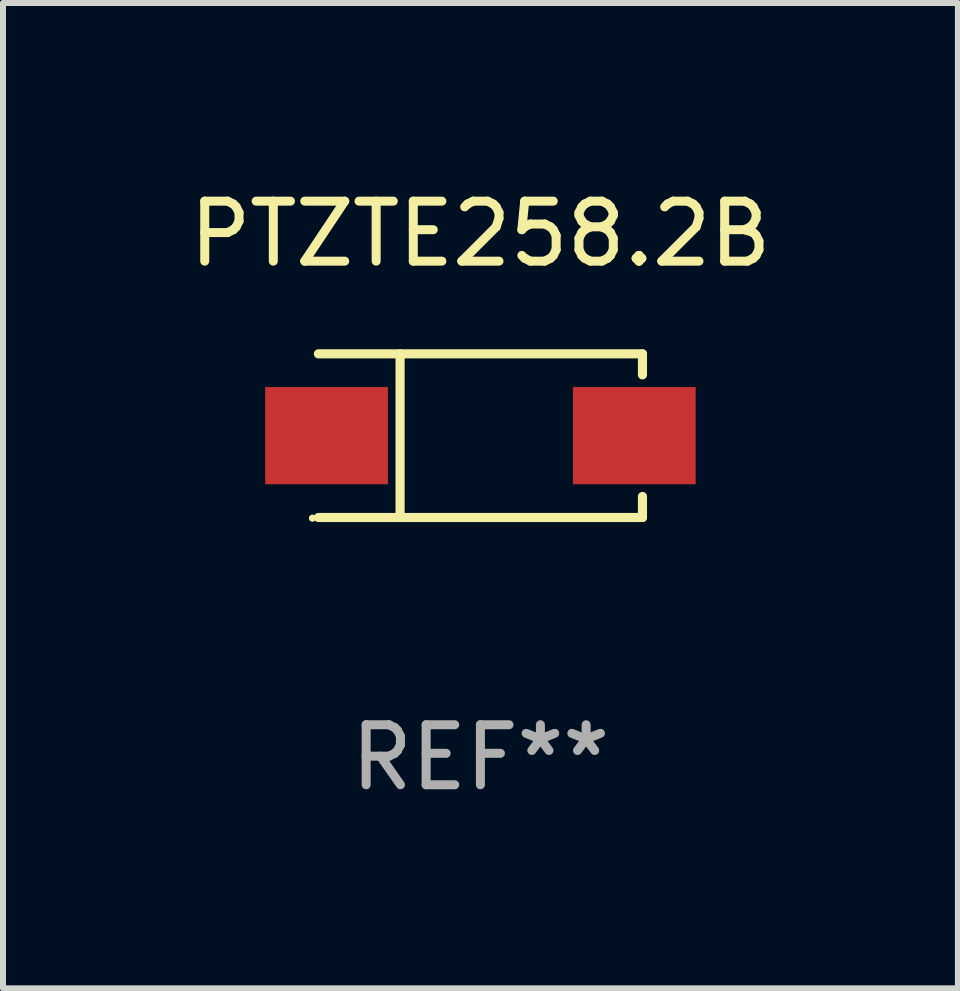
<source format=kicad_pcb>
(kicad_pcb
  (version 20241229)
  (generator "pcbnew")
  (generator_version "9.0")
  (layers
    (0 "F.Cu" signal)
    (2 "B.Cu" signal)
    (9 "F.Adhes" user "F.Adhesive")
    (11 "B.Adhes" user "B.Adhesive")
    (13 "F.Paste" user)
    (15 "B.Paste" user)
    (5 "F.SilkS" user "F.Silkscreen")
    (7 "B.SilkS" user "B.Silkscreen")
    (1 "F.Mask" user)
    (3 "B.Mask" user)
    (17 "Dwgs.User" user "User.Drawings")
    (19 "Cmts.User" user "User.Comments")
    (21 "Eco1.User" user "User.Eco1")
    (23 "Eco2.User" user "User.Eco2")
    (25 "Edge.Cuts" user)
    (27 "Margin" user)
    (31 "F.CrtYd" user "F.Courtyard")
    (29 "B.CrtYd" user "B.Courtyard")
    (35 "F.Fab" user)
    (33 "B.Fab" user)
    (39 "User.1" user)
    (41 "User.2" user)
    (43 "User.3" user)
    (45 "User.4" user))
  (footprint "PTZTE258.2B"
    (layer "F.Cu")
    (at 4.958 4.212)
    (property "Reference" "PTZTE258.2B" (at 0 -3.364 0) (layer "F.SilkS") (effects (font (size 1 1) (thickness 0.15))))
    (attr through_hole)
    (fp_line (start -2.701 -1.364) (end 2.701 -1.364) (stroke (width 0.152) (type solid)) (layer "F.SilkS"))
    (fp_line (start -2.701 1.364) (end 2.701 1.364) (stroke (width 0.152) (type solid)) (layer "F.SilkS"))
    (fp_line (start -1.339 -1.364) (end -1.339 1.364) (stroke (width 0.152) (type solid)) (layer "F.SilkS"))
    (fp_line (start 2.701 -1.364) (end 2.701 -1.013) (stroke (width 0.152) (type solid)) (layer "F.SilkS"))
    (fp_line (start 2.701 1.364) (end 2.701 1.013) (stroke (width 0.152) (type solid)) (layer "F.SilkS"))
    (fp_circle (center -2.8 1.375) (end -2.77 1.375) (stroke (width 0.06) (type solid)) (fill no) (layer "F.SilkS"))
    (fp_text user "REF**" (at 0 5.364 0) (layer "F.Fab") (effects (font (size 1 1) (thickness 0.15))))
    (pad "1" smd rect (at -2.565 -0.000025) (size 2.046 1.62) (layers "F.Cu" "F.Mask" "F.Paste"))
    (pad "2" smd rect (at 2.565 -0.000025) (size 2.046 1.62) (layers "F.Cu" "F.Mask" "F.Paste")))
  (gr_rect
    (start -3 -3)
    (end 12.917 13.424)
    (stroke (width 0.1) (type default))
    (fill no)
    (layer "Edge.Cuts")))
</source>
